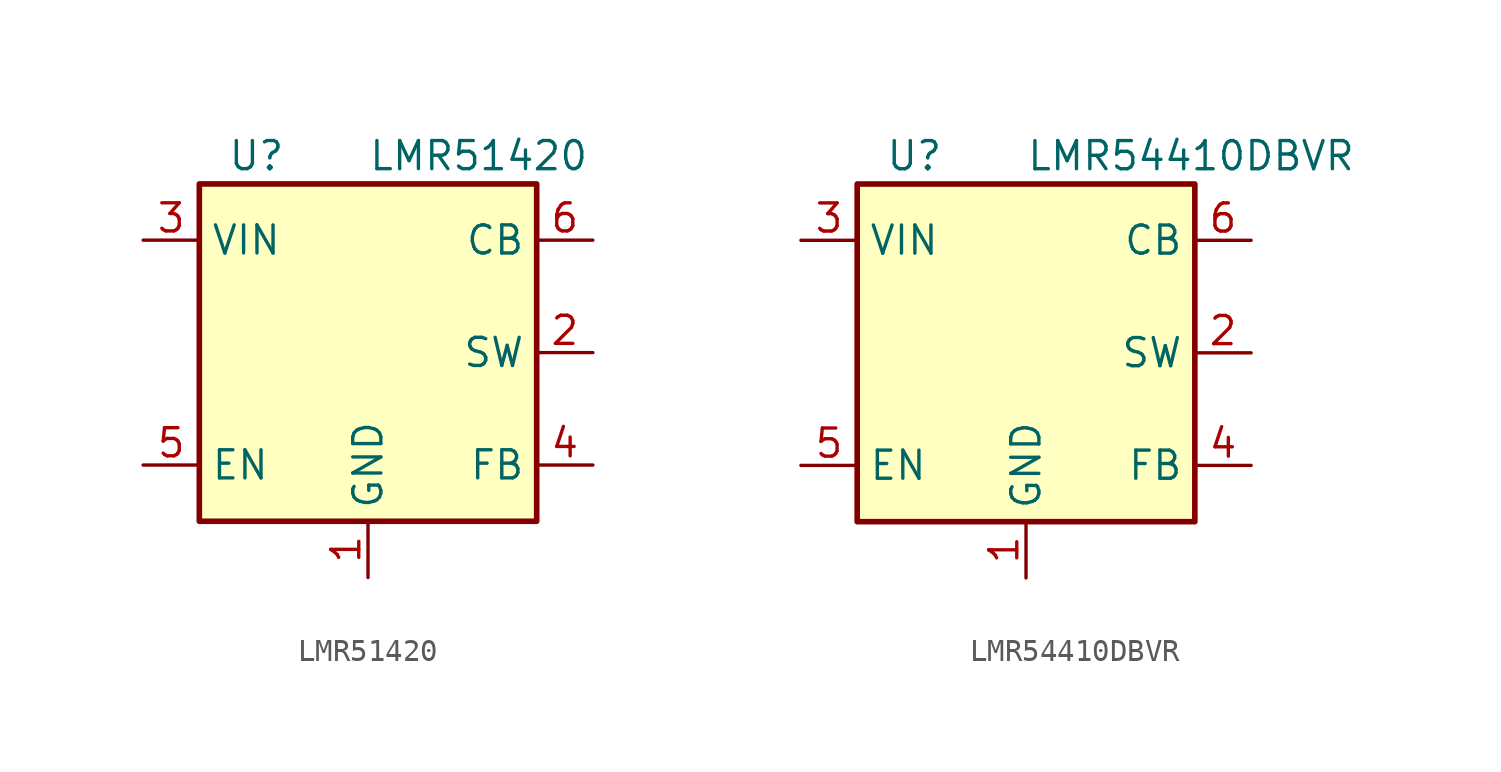
<source format=kicad_sym>
(kicad_symbol_lib
  (version 20220914)
  (generator kicad_symbol_editor)
  (symbol "LMR51420"
    (property "Reference" "U"
      (at -6.35 8.89 0)
      (effects (font (size 1.27 1.27)) (justify left)))
    (property "Value" "LMR51420"
      (at 0 8.89 0)
      (effects (font (size 1.27 1.27)) (justify left)))
    (symbol "LMR51420_0_1"
      (rectangle (start -7.62 7.62) (end 7.62 -7.62) (stroke (width 0.254) (type default)) (fill (type background))))
    (symbol "LMR51420_1_1"
      (pin power_in line (at 0 -10.16 90) (length 2.54) (name "GND" (effects (font (size 1.27 1.27)))) (number "1" (effects (font (size 1.27 1.27)))))
      (pin output line (at 10.16 0 180) (length 2.54) (name "SW" (effects (font (size 1.27 1.27)))) (number "2" (effects (font (size 1.27 1.27)))))
      (pin input line (at -10.16 5.08 0) (length 2.54) (name "VIN" (effects (font (size 1.27 1.27)))) (number "3" (effects (font (size 1.27 1.27)))))
      (pin input line (at 10.16 -5.08 180) (length 2.54) (name "FB" (effects (font (size 1.27 1.27)))) (number "4" (effects (font (size 1.27 1.27)))))
      (pin input line (at -10.16 -5.08 0) (length 2.54) (name "EN" (effects (font (size 1.27 1.27)))) (number "5" (effects (font (size 1.27 1.27)))))
      (pin input line (at 10.16 5.08 180) (length 2.54) (name "CB" (effects (font (size 1.27 1.27)))) (number "6" (effects (font (size 1.27 1.27)))))))
  (symbol "LMR54410DBVR"
    (property "Reference" "U"
      (at -6.35 8.89 0)
      (effects (font (size 1.27 1.27)) (justify left)))
    (property "Value" "LMR54410DBVR"
      (at 0 8.89 0)
      (effects (font (size 1.27 1.27)) (justify left)))
    (symbol "LMR54410DBVR_0_1"
      (rectangle (start -7.62 7.62) (end 7.62 -7.62) (stroke (width 0.254) (type default)) (fill (type background))))
    (symbol "LMR54410DBVR_1_1"
      (pin power_in line (at 0 -10.16 90) (length 2.54) (name "GND" (effects (font (size 1.27 1.27)))) (number "1" (effects (font (size 1.27 1.27)))))
      (pin output line (at 10.16 0 180) (length 2.54) (name "SW" (effects (font (size 1.27 1.27)))) (number "2" (effects (font (size 1.27 1.27)))))
      (pin input line (at -10.16 5.08 0) (length 2.54) (name "VIN" (effects (font (size 1.27 1.27)))) (number "3" (effects (font (size 1.27 1.27)))))
      (pin input line (at 10.16 -5.08 180) (length 2.54) (name "FB" (effects (font (size 1.27 1.27)))) (number "4" (effects (font (size 1.27 1.27)))))
      (pin input line (at -10.16 -5.08 0) (length 2.54) (name "EN" (effects (font (size 1.27 1.27)))) (number "5" (effects (font (size 1.27 1.27)))))
      (pin input line (at 10.16 5.08 180) (length 2.54) (name "CB" (effects (font (size 1.27 1.27)))) (number "6" (effects (font (size 1.27 1.27))))))))
</source>
